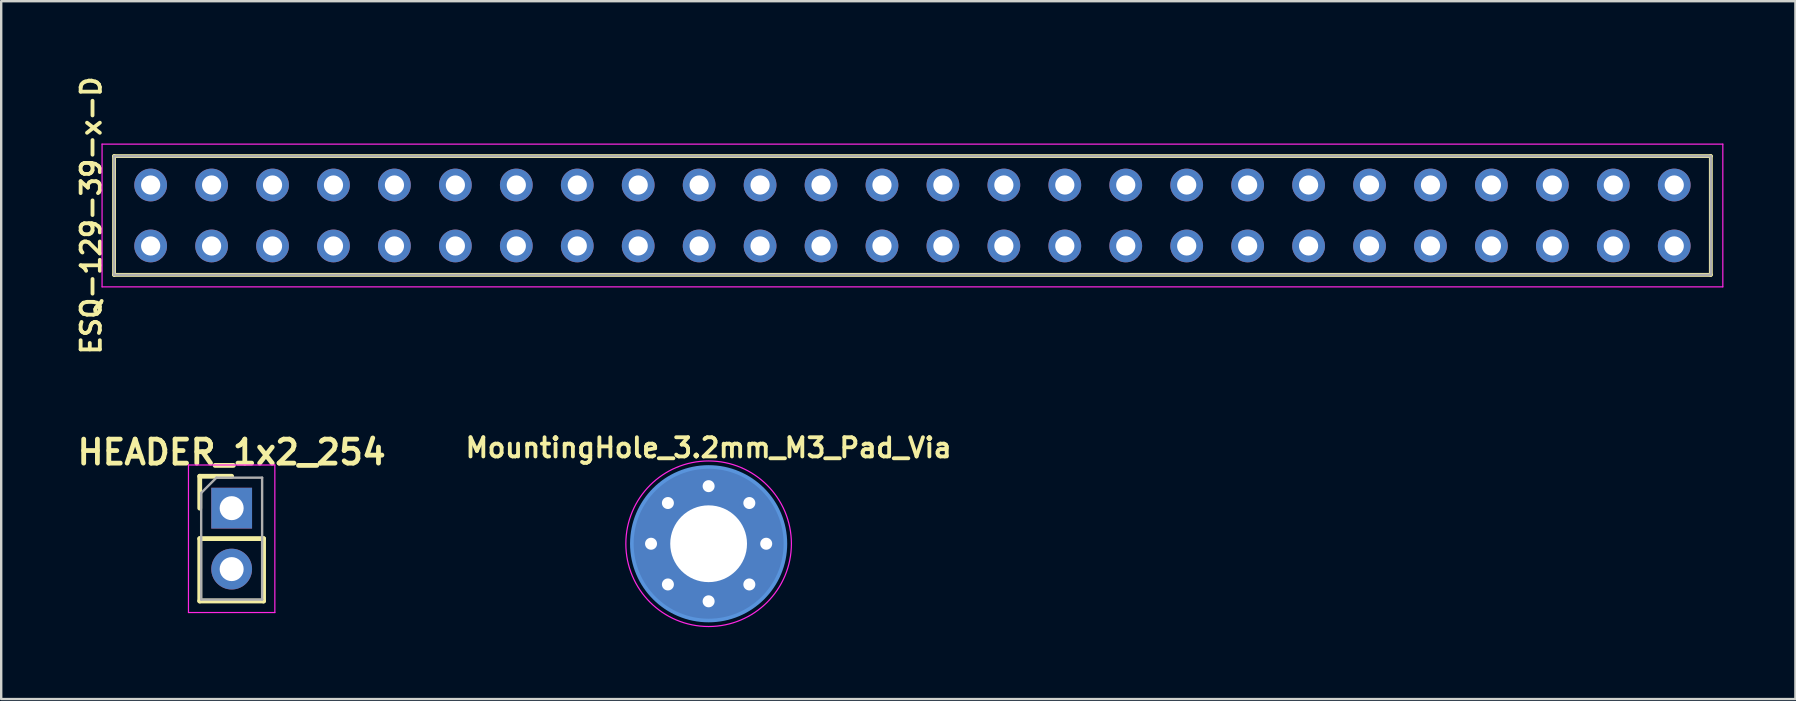
<source format=kicad_pcb>
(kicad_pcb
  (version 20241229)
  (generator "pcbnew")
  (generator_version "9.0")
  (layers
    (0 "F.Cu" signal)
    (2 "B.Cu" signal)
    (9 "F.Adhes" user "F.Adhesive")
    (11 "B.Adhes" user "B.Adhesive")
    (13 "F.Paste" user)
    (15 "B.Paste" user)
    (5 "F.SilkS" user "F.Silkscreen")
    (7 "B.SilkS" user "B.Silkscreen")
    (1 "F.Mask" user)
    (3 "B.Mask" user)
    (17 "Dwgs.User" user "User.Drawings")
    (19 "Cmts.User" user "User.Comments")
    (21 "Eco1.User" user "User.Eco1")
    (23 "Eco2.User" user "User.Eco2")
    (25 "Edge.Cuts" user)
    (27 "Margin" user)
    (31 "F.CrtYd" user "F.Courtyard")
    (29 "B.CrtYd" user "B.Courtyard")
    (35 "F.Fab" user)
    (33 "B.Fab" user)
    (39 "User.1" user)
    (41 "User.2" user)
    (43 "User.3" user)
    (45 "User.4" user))
  (footprint "ESQ-129-39-x-D"
    (layer "F.Cu")
    (at 3.229 7.201)
    (property "Reference" "ESQ-129-39-x-D" (at -2.48 -1.27 90) (layer "F.SilkS") (effects (font (size 0.8 0.8) (thickness 0.16))))
    (attr through_hole)
    (fp_line (start -1.525 -3.745) (end -1.525 1.205) (stroke (width 0.16) (type solid)) (layer "F.SilkS"))
    (fp_line (start -1.525 -3.745) (end 65.025 -3.745) (stroke (width 0.16) (type solid)) (layer "F.SilkS"))
    (fp_line (start -1.525 1.205) (end 65.025 1.205) (stroke (width 0.16) (type solid)) (layer "F.SilkS"))
    (fp_line (start 65.025 -3.745) (end 65.025 1.205) (stroke (width 0.16) (type solid)) (layer "F.SilkS"))
    (fp_line (start -2.025 -4.245) (end -2.025 1.705) (stroke (width 0.05) (type solid)) (layer "F.CrtYd"))
    (fp_line (start -2.025 -4.245) (end 65.525 -4.245) (stroke (width 0.05) (type solid)) (layer "F.CrtYd"))
    (fp_line (start 65.525 1.705) (end -2.025 1.705) (stroke (width 0.05) (type solid)) (layer "F.CrtYd"))
    (fp_line (start 65.525 1.705) (end 65.525 -4.245) (stroke (width 0.05) (type solid)) (layer "F.CrtYd"))
    (fp_line (start -1.525 -3.745) (end 65.025 -3.745) (stroke (width 0.1) (type solid)) (layer "F.Fab"))
    (fp_line (start -1.525 1.205) (end -1.525 -3.745) (stroke (width 0.1) (type solid)) (layer "F.Fab"))
    (fp_line (start 65.025 -3.745) (end 65.025 1.205) (stroke (width 0.1) (type solid)) (layer "F.Fab"))
    (fp_line (start 65.025 1.205) (end -1.525 1.205) (stroke (width 0.1) (type solid)) (layer "F.Fab"))
    (pad "1" thru_hole circle (at 0 0) (size 1.365 1.365) (drill 0.8) (layers "*.Cu" "*.Mask"))
    (pad "2" thru_hole circle (at 0 -2.54) (size 1.365 1.365) (drill 0.8) (layers "*.Cu" "*.Mask"))
    (pad "3" thru_hole circle (at 2.54 0) (size 1.365 1.365) (drill 0.8) (layers "*.Cu" "*.Mask"))
    (pad "4" thru_hole circle (at 2.54 -2.54) (size 1.365 1.365) (drill 0.8) (layers "*.Cu" "*.Mask"))
    (pad "5" thru_hole circle (at 5.08 0) (size 1.365 1.365) (drill 0.8) (layers "*.Cu" "*.Mask"))
    (pad "6" thru_hole circle (at 5.08 -2.54) (size 1.365 1.365) (drill 0.8) (layers "*.Cu" "*.Mask"))
    (pad "7" thru_hole circle (at 7.62 0) (size 1.365 1.365) (drill 0.8) (layers "*.Cu" "*.Mask"))
    (pad "8" thru_hole circle (at 7.62 -2.54) (size 1.365 1.365) (drill 0.8) (layers "*.Cu" "*.Mask"))
    (pad "9" thru_hole circle (at 10.16 0) (size 1.365 1.365) (drill 0.8) (layers "*.Cu" "*.Mask"))
    (pad "10" thru_hole circle (at 10.16 -2.54) (size 1.365 1.365) (drill 0.8) (layers "*.Cu" "*.Mask"))
    (pad "11" thru_hole circle (at 12.7 0) (size 1.365 1.365) (drill 0.8) (layers "*.Cu" "*.Mask"))
    (pad "12" thru_hole circle (at 12.7 -2.54) (size 1.365 1.365) (drill 0.8) (layers "*.Cu" "*.Mask"))
    (pad "13" thru_hole circle (at 15.24 0) (size 1.365 1.365) (drill 0.8) (layers "*.Cu" "*.Mask"))
    (pad "14" thru_hole circle (at 15.24 -2.54) (size 1.365 1.365) (drill 0.8) (layers "*.Cu" "*.Mask"))
    (pad "15" thru_hole circle (at 17.78 0) (size 1.365 1.365) (drill 0.8) (layers "*.Cu" "*.Mask"))
    (pad "16" thru_hole circle (at 17.78 -2.54) (size 1.365 1.365) (drill 0.8) (layers "*.Cu" "*.Mask"))
    (pad "17" thru_hole circle (at 20.32 0) (size 1.365 1.365) (drill 0.8) (layers "*.Cu" "*.Mask"))
    (pad "18" thru_hole circle (at 20.32 -2.54) (size 1.365 1.365) (drill 0.8) (layers "*.Cu" "*.Mask"))
    (pad "19" thru_hole circle (at 22.86 0) (size 1.365 1.365) (drill 0.8) (layers "*.Cu" "*.Mask"))
    (pad "20" thru_hole circle (at 22.86 -2.54) (size 1.365 1.365) (drill 0.8) (layers "*.Cu" "*.Mask"))
    (pad "21" thru_hole circle (at 25.4 0) (size 1.365 1.365) (drill 0.8) (layers "*.Cu" "*.Mask"))
    (pad "22" thru_hole circle (at 25.4 -2.54) (size 1.365 1.365) (drill 0.8) (layers "*.Cu" "*.Mask"))
    (pad "23" thru_hole circle (at 27.94 0) (size 1.365 1.365) (drill 0.8) (layers "*.Cu" "*.Mask"))
    (pad "24" thru_hole circle (at 27.94 -2.54) (size 1.365 1.365) (drill 0.8) (layers "*.Cu" "*.Mask"))
    (pad "25" thru_hole circle (at 30.48 0) (size 1.365 1.365) (drill 0.8) (layers "*.Cu" "*.Mask"))
    (pad "26" thru_hole circle (at 30.48 -2.54) (size 1.365 1.365) (drill 0.8) (layers "*.Cu" "*.Mask"))
    (pad "27" thru_hole circle (at 33.02 0) (size 1.365 1.365) (drill 0.8) (layers "*.Cu" "*.Mask"))
    (pad "28" thru_hole circle (at 33.02 -2.54) (size 1.365 1.365) (drill 0.8) (layers "*.Cu" "*.Mask"))
    (pad "29" thru_hole circle (at 35.56 0) (size 1.365 1.365) (drill 0.8) (layers "*.Cu" "*.Mask"))
    (pad "30" thru_hole circle (at 35.56 -2.54) (size 1.365 1.365) (drill 0.8) (layers "*.Cu" "*.Mask"))
    (pad "31" thru_hole circle (at 38.1 0) (size 1.365 1.365) (drill 0.8) (layers "*.Cu" "*.Mask"))
    (pad "32" thru_hole circle (at 38.1 -2.54) (size 1.365 1.365) (drill 0.8) (layers "*.Cu" "*.Mask"))
    (pad "33" thru_hole circle (at 40.64 0) (size 1.365 1.365) (drill 0.8) (layers "*.Cu" "*.Mask"))
    (pad "34" thru_hole circle (at 40.64 -2.54) (size 1.365 1.365) (drill 0.8) (layers "*.Cu" "*.Mask"))
    (pad "35" thru_hole circle (at 43.18 0) (size 1.365 1.365) (drill 0.8) (layers "*.Cu" "*.Mask"))
    (pad "36" thru_hole circle (at 43.18 -2.54) (size 1.365 1.365) (drill 0.8) (layers "*.Cu" "*.Mask"))
    (pad "37" thru_hole circle (at 45.72 0) (size 1.365 1.365) (drill 0.8) (layers "*.Cu" "*.Mask"))
    (pad "38" thru_hole circle (at 45.72 -2.54) (size 1.365 1.365) (drill 0.8) (layers "*.Cu" "*.Mask"))
    (pad "39" thru_hole circle (at 48.26 0) (size 1.365 1.365) (drill 0.8) (layers "*.Cu" "*.Mask"))
    (pad "40" thru_hole circle (at 48.26 -2.54) (size 1.365 1.365) (drill 0.8) (layers "*.Cu" "*.Mask"))
    (pad "41" thru_hole circle (at 50.8 0) (size 1.365 1.365) (drill 0.8) (layers "*.Cu" "*.Mask"))
    (pad "42" thru_hole circle (at 50.8 -2.54) (size 1.365 1.365) (drill 0.8) (layers "*.Cu" "*.Mask"))
    (pad "43" thru_hole circle (at 53.34 0) (size 1.365 1.365) (drill 0.8) (layers "*.Cu" "*.Mask"))
    (pad "44" thru_hole circle (at 53.34 -2.54) (size 1.365 1.365) (drill 0.8) (layers "*.Cu" "*.Mask"))
    (pad "45" thru_hole circle (at 55.88 0) (size 1.365 1.365) (drill 0.8) (layers "*.Cu" "*.Mask"))
    (pad "46" thru_hole circle (at 55.88 -2.54) (size 1.365 1.365) (drill 0.8) (layers "*.Cu" "*.Mask"))
    (pad "47" thru_hole circle (at 58.42 0) (size 1.365 1.365) (drill 0.8) (layers "*.Cu" "*.Mask"))
    (pad "48" thru_hole circle (at 58.42 -2.54) (size 1.365 1.365) (drill 0.8) (layers "*.Cu" "*.Mask"))
    (pad "49" thru_hole circle (at 60.96 0) (size 1.365 1.365) (drill 0.8) (layers "*.Cu" "*.Mask"))
    (pad "50" thru_hole circle (at 60.96 -2.54) (size 1.365 1.365) (drill 0.8) (layers "*.Cu" "*.Mask"))
    (pad "51" thru_hole circle (at 63.5 0) (size 1.365 1.365) (drill 0.8) (layers "*.Cu" "*.Mask"))
    (pad "52" thru_hole circle (at 63.5 -2.54) (size 1.365 1.365) (drill 0.8) (layers "*.Cu" "*.Mask")))
  (footprint "MountingHole_3.2mm_M3_Pad_Via"
    (layer "F.Cu")
    (at 26.484 19.612)
    (property "Reference" "MountingHole_3.2mm_M3_Pad_Via" (at 0 -4 0) (layer "F.SilkS") (effects (font (size 0.8 0.8) (thickness 0.16))))
    (attr exclude_from_pos_files exclude_from_bom)
    (fp_circle (center 0 0) (end 3.2 0) (stroke (width 0.15) (type solid)) (fill no) (layer "Cmts.User"))
    (fp_circle (center 0 0) (end 3.45 0) (stroke (width 0.05) (type solid)) (fill no) (layer "F.CrtYd"))
    (pad "1" thru_hole circle (at -2.4 0) (size 0.8 0.8) (drill 0.5) (layers "*.Cu" "*.Mask"))
    (pad "1" thru_hole circle (at -1.697 -1.697) (size 0.8 0.8) (drill 0.5) (layers "*.Cu" "*.Mask"))
    (pad "1" thru_hole circle (at -1.697 1.697) (size 0.8 0.8) (drill 0.5) (layers "*.Cu" "*.Mask"))
    (pad "1" thru_hole circle (at 0 -2.4) (size 0.8 0.8) (drill 0.5) (layers "*.Cu" "*.Mask"))
    (pad "1" thru_hole circle (at 0 0) (size 6.4 6.4) (drill 3.2) (layers "*.Cu" "*.Mask"))
    (pad "1" thru_hole circle (at 0 2.4) (size 0.8 0.8) (drill 0.5) (layers "*.Cu" "*.Mask"))
    (pad "1" thru_hole circle (at 1.697 -1.697) (size 0.8 0.8) (drill 0.5) (layers "*.Cu" "*.Mask"))
    (pad "1" thru_hole circle (at 1.697 1.697) (size 0.8 0.8) (drill 0.5) (layers "*.Cu" "*.Mask"))
    (pad "1" thru_hole circle (at 2.4 0) (size 0.8 0.8) (drill 0.5) (layers "*.Cu" "*.Mask")))
  (footprint "HEADER_1x2_254"
    (layer "F.Cu")
    (at 6.605 18.129)
    (property "Reference" "HEADER_1x2_254" (at 0 -2.33 0) (layer "F.SilkS") (effects (font (size 1 1) (thickness 0.2))))
    (attr through_hole)
    (fp_line (start -1.33 -1.33) (end 0 -1.33) (stroke (width 0.2) (type solid)) (layer "F.SilkS"))
    (fp_line (start -1.33 0) (end -1.33 -1.33) (stroke (width 0.2) (type solid)) (layer "F.SilkS"))
    (fp_line (start -1.33 1.27) (end -1.33 3.87) (stroke (width 0.2) (type solid)) (layer "F.SilkS"))
    (fp_line (start -1.33 1.27) (end 1.33 1.27) (stroke (width 0.2) (type solid)) (layer "F.SilkS"))
    (fp_line (start -1.33 3.87) (end 1.33 3.87) (stroke (width 0.2) (type solid)) (layer "F.SilkS"))
    (fp_line (start 1.33 1.27) (end 1.33 3.87) (stroke (width 0.2) (type solid)) (layer "F.SilkS"))
    (fp_line (start -1.8 -1.8) (end -1.8 4.35) (stroke (width 0.05) (type solid)) (layer "F.CrtYd"))
    (fp_line (start -1.8 4.35) (end 1.8 4.35) (stroke (width 0.05) (type solid)) (layer "F.CrtYd"))
    (fp_line (start 1.8 -1.8) (end -1.8 -1.8) (stroke (width 0.05) (type solid)) (layer "F.CrtYd"))
    (fp_line (start 1.8 4.35) (end 1.8 -1.8) (stroke (width 0.05) (type solid)) (layer "F.CrtYd"))
    (fp_line (start -1.27 -0.635) (end -0.635 -1.27) (stroke (width 0.1) (type solid)) (layer "F.Fab"))
    (fp_line (start -1.27 3.81) (end -1.27 -0.635) (stroke (width 0.1) (type solid)) (layer "F.Fab"))
    (fp_line (start -0.635 -1.27) (end 1.27 -1.27) (stroke (width 0.1) (type solid)) (layer "F.Fab"))
    (fp_line (start 1.27 -1.27) (end 1.27 3.81) (stroke (width 0.1) (type solid)) (layer "F.Fab"))
    (fp_line (start 1.27 3.81) (end -1.27 3.81) (stroke (width 0.1) (type solid)) (layer "F.Fab"))
    (pad "1" thru_hole rect (at 0 0) (size 1.7 1.7) (drill 1) (layers "*.Cu" "*.Mask"))
    (pad "2" thru_hole oval (at 0 2.54) (size 1.7 1.7) (drill 1) (layers "*.Cu" "*.Mask")))
  (gr_rect
    (start -3 -3)
    (end 71.779 26.087)
    (stroke (width 0.1) (type default))
    (fill no)
    (layer "Edge.Cuts")))
</source>
